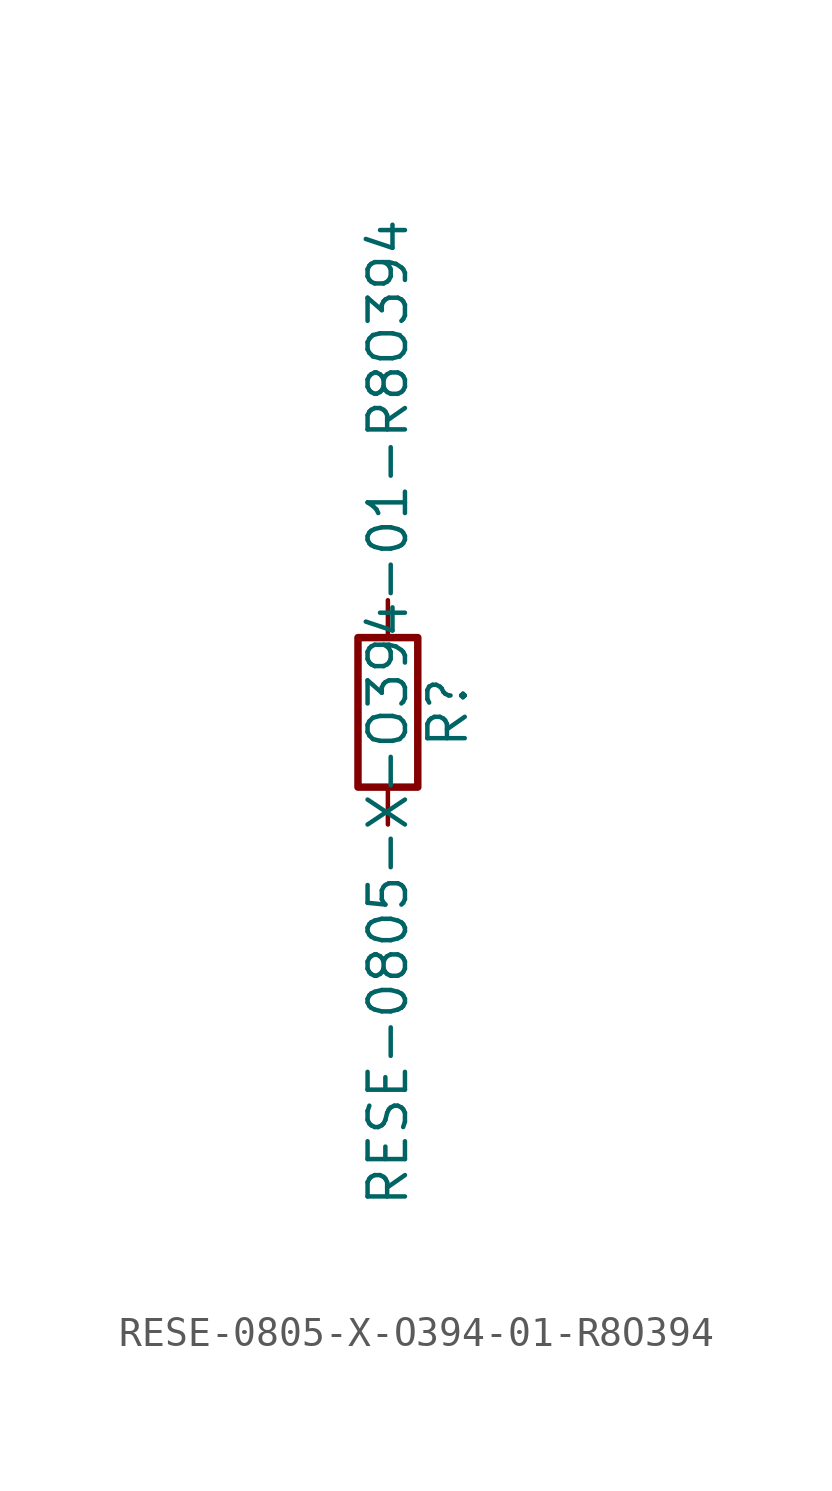
<source format=kicad_sym>
(kicad_symbol_lib
  (version 20211014)
  (generator kicad_symbol_editor)
  (symbol "RESE-0805-X-O394-01-R8O394"
    (pin_numbers hide)
    (pin_names
      (offset 0))
    (property "Reference" "R"
      (at 2.032 0 90)
      (effects (font (size 1.27 1.27))))
    (property "Value" "RESE-0805-X-O394-01-R8O394"
      (at 0 0 90)
      (effects (font (size 1.27 1.27))))
    (symbol "RESE-0805-X-O394-01-R8O394_0_1"
      (rectangle (start -1.016 -2.54) (end 1.016 2.54) (stroke (width 0.254) (type default) (color 0 0 0 0)) (fill (type none))))
    (symbol "RESE-0805-X-O394-01-R8O394_1_1"
      (pin passive line (at 0 3.81 270) (length 1.27) (name "~" (effects (font (size 1.27 1.27)))) (number "1" (effects (font (size 1.27 1.27)))))
      (pin passive line (at 0 -3.81 90) (length 1.27) (name "~" (effects (font (size 1.27 1.27)))) (number "2" (effects (font (size 1.27 1.27))))))))
</source>
